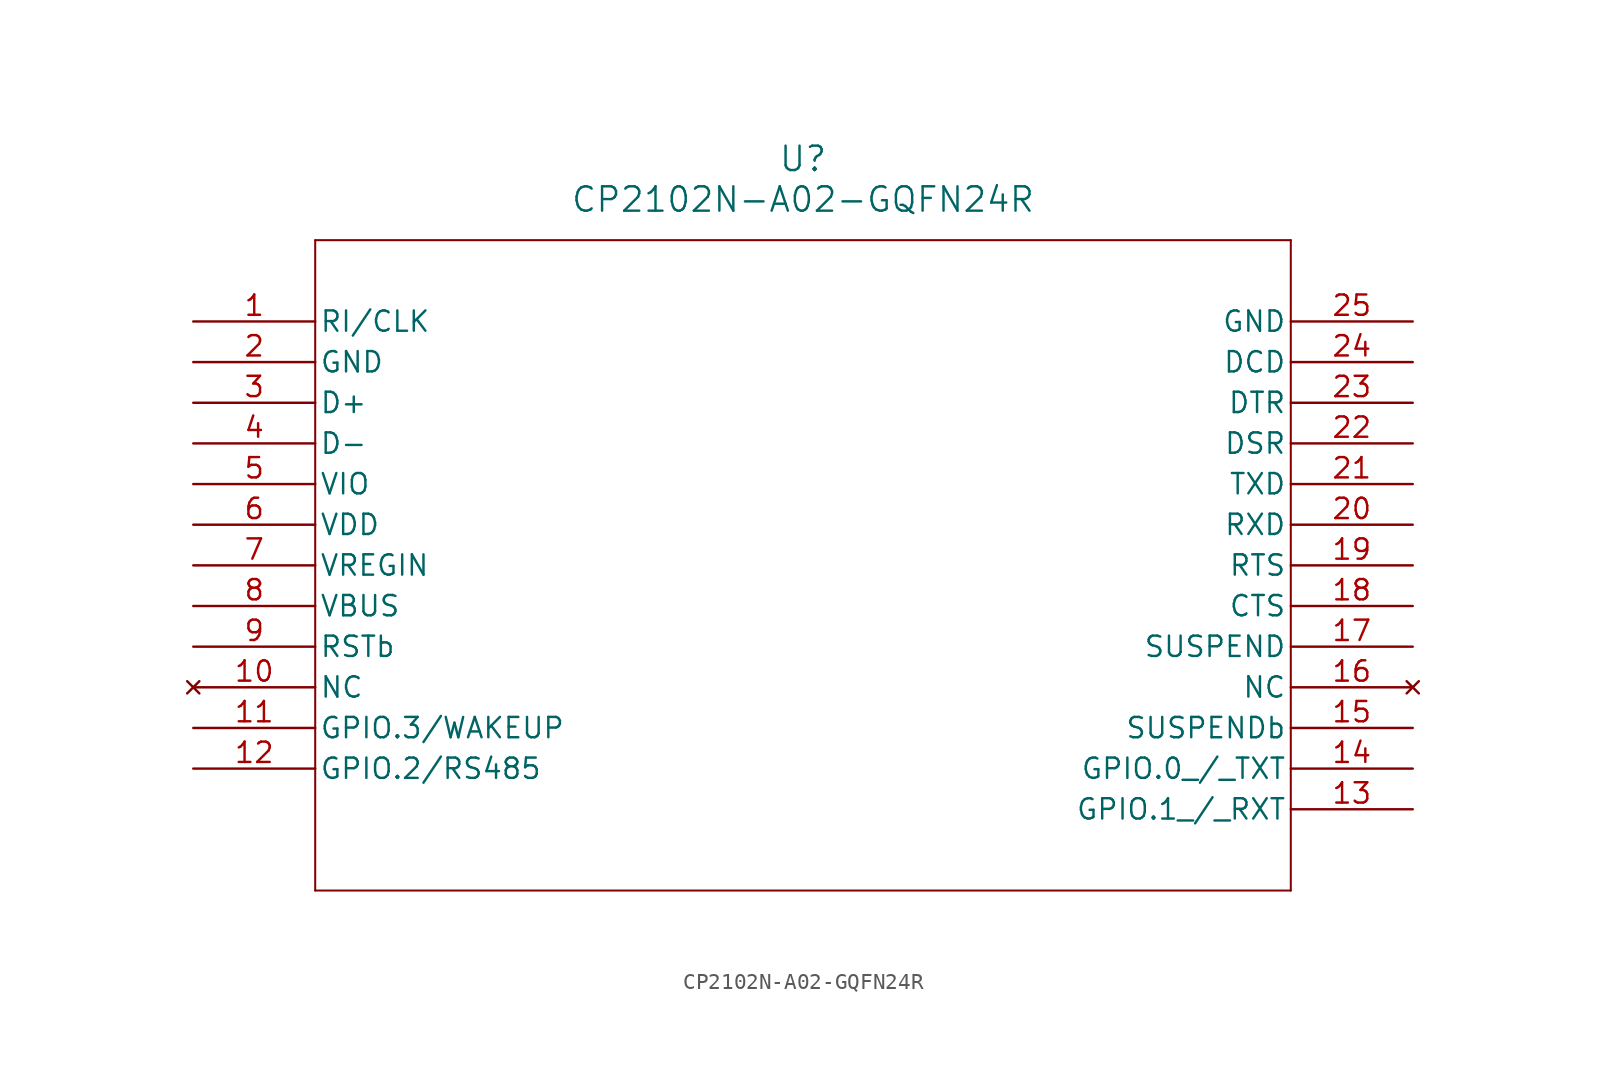
<source format=kicad_sym>
(kicad_symbol_lib
  (version 20211014)
  (generator kicad_symbol_editor)
  (symbol "CP2102N-A02-GQFN24R"
    (pin_names
      (offset 0.254))
    (property "Reference" "U"
      (at 38.1 10.16 0)
      (effects (font (size 1.524 1.524))))
    (property "Value" "CP2102N-A02-GQFN24R"
      (at 38.1 7.62 0)
      (effects (font (size 1.524 1.524))))
    (polyline
      (pts (xy 7.62 5.08) (xy 7.62 -35.56))
      (stroke (width 0.127) (type default) (color 0 0 0 0))
      (fill (type none)))
    (polyline
      (pts (xy 7.62 -35.56) (xy 68.58 -35.56))
      (stroke (width 0.127) (type default) (color 0 0 0 0))
      (fill (type none)))
    (polyline
      (pts (xy 68.58 -35.56) (xy 68.58 5.08))
      (stroke (width 0.127) (type default) (color 0 0 0 0))
      (fill (type none)))
    (polyline
      (pts (xy 68.58 5.08) (xy 7.62 5.08))
      (stroke (width 0.127) (type default) (color 0 0 0 0))
      (fill (type none)))
    (pin bidirectional line
      (at 0 0 0)
      (length 7.62)
      (name "RI/CLK" (effects (font (size 1.27 1.27))))
      (number "1" (effects (font (size 1.27 1.27)))))
    (pin power_out line
      (at 0 -2.54 0)
      (length 7.62)
      (name "GND" (effects (font (size 1.27 1.27))))
      (number "2" (effects (font (size 1.27 1.27)))))
    (pin bidirectional line
      (at 0 -5.08 0)
      (length 7.62)
      (name "D+" (effects (font (size 1.27 1.27))))
      (number "3" (effects (font (size 1.27 1.27)))))
    (pin bidirectional line
      (at 0 -7.62 0)
      (length 7.62)
      (name "D-" (effects (font (size 1.27 1.27))))
      (number "4" (effects (font (size 1.27 1.27)))))
    (pin power_in line
      (at 0 -10.16 0)
      (length 7.62)
      (name "VIO" (effects (font (size 1.27 1.27))))
      (number "5" (effects (font (size 1.27 1.27)))))
    (pin power_in line
      (at 0 -12.7 0)
      (length 7.62)
      (name "VDD" (effects (font (size 1.27 1.27))))
      (number "6" (effects (font (size 1.27 1.27)))))
    (pin power_in line
      (at 0 -15.24 0)
      (length 7.62)
      (name "VREGIN" (effects (font (size 1.27 1.27))))
      (number "7" (effects (font (size 1.27 1.27)))))
    (pin input line
      (at 0 -17.78 0)
      (length 7.62)
      (name "VBUS" (effects (font (size 1.27 1.27))))
      (number "8" (effects (font (size 1.27 1.27)))))
    (pin unspecified line
      (at 0 -20.32 0)
      (length 7.62)
      (name "RSTb" (effects (font (size 1.27 1.27))))
      (number "9" (effects (font (size 1.27 1.27)))))
    (pin no_connect line
      (at 0 -22.86 0)
      (length 7.62)
      (name "NC" (effects (font (size 1.27 1.27))))
      (number "10" (effects (font (size 1.27 1.27)))))
    (pin bidirectional line
      (at 0 -25.4 0)
      (length 7.62)
      (name "GPIO.3/WAKEUP" (effects (font (size 1.27 1.27))))
      (number "11" (effects (font (size 1.27 1.27)))))
    (pin bidirectional line
      (at 0 -27.94 0)
      (length 7.62)
      (name "GPIO.2/RS485" (effects (font (size 1.27 1.27))))
      (number "12" (effects (font (size 1.27 1.27)))))
    (pin bidirectional line
      (at 76.2 -30.48 180)
      (length 7.62)
      (name "GPIO.1 / RXT" (effects (font (size 1.27 1.27))))
      (number "13" (effects (font (size 1.27 1.27)))))
    (pin bidirectional line
      (at 76.2 -27.94 180)
      (length 7.62)
      (name "GPIO.0 / TXT" (effects (font (size 1.27 1.27))))
      (number "14" (effects (font (size 1.27 1.27)))))
    (pin output line
      (at 76.2 -25.4 180)
      (length 7.62)
      (name "SUSPENDb" (effects (font (size 1.27 1.27))))
      (number "15" (effects (font (size 1.27 1.27)))))
    (pin no_connect line
      (at 76.2 -22.86 180)
      (length 7.62)
      (name "NC" (effects (font (size 1.27 1.27))))
      (number "16" (effects (font (size 1.27 1.27)))))
    (pin output line
      (at 76.2 -20.32 180)
      (length 7.62)
      (name "SUSPEND" (effects (font (size 1.27 1.27))))
      (number "17" (effects (font (size 1.27 1.27)))))
    (pin input line
      (at 76.2 -17.78 180)
      (length 7.62)
      (name "CTS" (effects (font (size 1.27 1.27))))
      (number "18" (effects (font (size 1.27 1.27)))))
    (pin output line
      (at 76.2 -15.24 180)
      (length 7.62)
      (name "RTS" (effects (font (size 1.27 1.27))))
      (number "19" (effects (font (size 1.27 1.27)))))
    (pin input line
      (at 76.2 -12.7 180)
      (length 7.62)
      (name "RXD" (effects (font (size 1.27 1.27))))
      (number "20" (effects (font (size 1.27 1.27)))))
    (pin output line
      (at 76.2 -10.16 180)
      (length 7.62)
      (name "TXD" (effects (font (size 1.27 1.27))))
      (number "21" (effects (font (size 1.27 1.27)))))
    (pin input line
      (at 76.2 -7.62 180)
      (length 7.62)
      (name "DSR" (effects (font (size 1.27 1.27))))
      (number "22" (effects (font (size 1.27 1.27)))))
    (pin output line
      (at 76.2 -5.08 180)
      (length 7.62)
      (name "DTR" (effects (font (size 1.27 1.27))))
      (number "23" (effects (font (size 1.27 1.27)))))
    (pin input line
      (at 76.2 -2.54 180)
      (length 7.62)
      (name "DCD" (effects (font (size 1.27 1.27))))
      (number "24" (effects (font (size 1.27 1.27)))))
    (pin power_out line
      (at 76.2 0 180)
      (length 7.62)
      (name "GND" (effects (font (size 1.27 1.27))))
      (number "25" (effects (font (size 1.27 1.27)))))))
</source>
